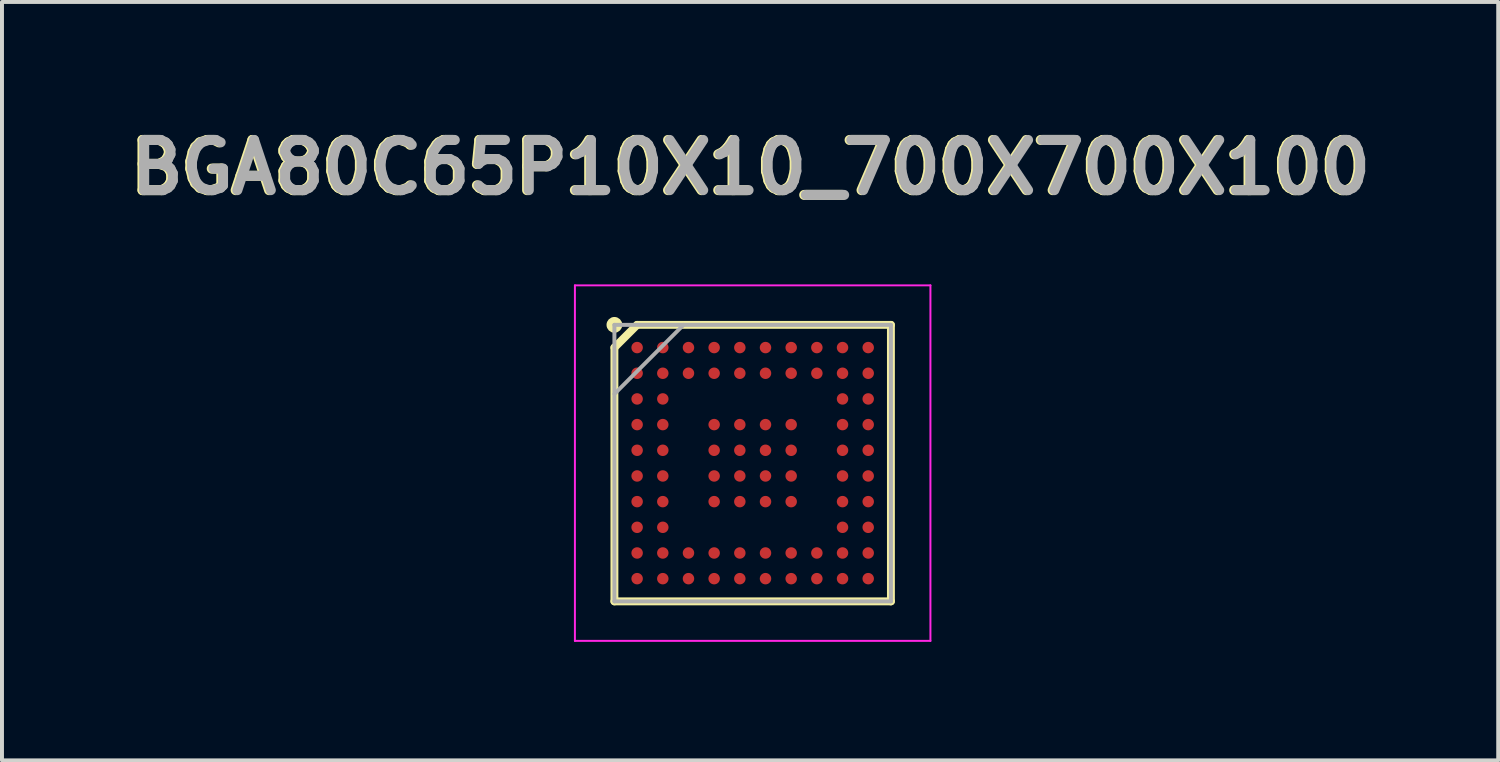
<source format=kicad_pcb>
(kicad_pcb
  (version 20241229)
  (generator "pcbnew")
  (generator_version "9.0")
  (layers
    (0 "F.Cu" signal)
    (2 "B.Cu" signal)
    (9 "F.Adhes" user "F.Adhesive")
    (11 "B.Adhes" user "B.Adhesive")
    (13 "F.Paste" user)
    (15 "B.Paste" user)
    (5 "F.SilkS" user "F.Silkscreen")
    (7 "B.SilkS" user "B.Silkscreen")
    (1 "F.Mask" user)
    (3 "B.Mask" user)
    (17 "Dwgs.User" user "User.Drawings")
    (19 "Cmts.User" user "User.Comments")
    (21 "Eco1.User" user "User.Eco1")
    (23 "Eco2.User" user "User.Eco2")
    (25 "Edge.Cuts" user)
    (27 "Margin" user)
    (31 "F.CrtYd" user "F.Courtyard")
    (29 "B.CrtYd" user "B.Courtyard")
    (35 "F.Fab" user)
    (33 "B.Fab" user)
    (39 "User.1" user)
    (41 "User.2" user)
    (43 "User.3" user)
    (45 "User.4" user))
  (footprint "BGA80C65P10X10_700X700X100"
    (layer "F.Cu")
    (at 16.004 8.674)
    (property "Reference" "BGA80C65P10X10_700X700X100" (at -0.086 -7.485 0) (layer "F.SilkS") (effects (font (size 1.27 1.27) (thickness 0.254))))
    (attr smd)
    (fp_line (start -3.5 -2.925) (end -2.925 -3.5) (stroke (width 0.2) (type solid)) (layer "F.SilkS"))
    (fp_line (start -3.5 3.5) (end -3.5 -2.925) (stroke (width 0.2) (type solid)) (layer "F.SilkS"))
    (fp_line (start -2.925 -3.5) (end 3.5 -3.5) (stroke (width 0.2) (type solid)) (layer "F.SilkS"))
    (fp_line (start 3.5 -3.5) (end 3.5 3.5) (stroke (width 0.2) (type solid)) (layer "F.SilkS"))
    (fp_line (start 3.5 3.5) (end -3.5 3.5) (stroke (width 0.2) (type solid)) (layer "F.SilkS"))
    (fp_circle (center -3.5 -3.5) (end -3.5 -3.4) (stroke (width 0.2) (type solid)) (fill no) (layer "F.SilkS"))
    (fp_line (start -4.5 -4.5) (end 4.5 -4.5) (stroke (width 0.05) (type solid)) (layer "F.CrtYd"))
    (fp_line (start -4.5 4.5) (end -4.5 -4.5) (stroke (width 0.05) (type solid)) (layer "F.CrtYd"))
    (fp_line (start 4.5 -4.5) (end 4.5 4.5) (stroke (width 0.05) (type solid)) (layer "F.CrtYd"))
    (fp_line (start 4.5 4.5) (end -4.5 4.5) (stroke (width 0.05) (type solid)) (layer "F.CrtYd"))
    (fp_line (start -3.5 -3.5) (end 3.5 -3.5) (stroke (width 0.1) (type solid)) (layer "F.Fab"))
    (fp_line (start -3.5 -1.75) (end -1.75 -3.5) (stroke (width 0.1) (type solid)) (layer "F.Fab"))
    (fp_line (start -3.5 3.5) (end -3.5 -3.5) (stroke (width 0.1) (type solid)) (layer "F.Fab"))
    (fp_line (start 3.5 -3.5) (end 3.5 3.5) (stroke (width 0.1) (type solid)) (layer "F.Fab"))
    (fp_line (start 3.5 3.5) (end -3.5 3.5) (stroke (width 0.1) (type solid)) (layer "F.Fab"))
    (fp_text user "${REFERENCE}" (at -0.043 -7.485 0) (layer "F.Fab") (effects (font (size 1.27 1.27) (thickness 0.254))))
    (pad "A1" smd circle (at -2.925 -2.925 90) (size 0.29 0.29) (layers "F.Cu" "F.Mask" "F.Paste"))
    (pad "A2" smd circle (at -2.275 -2.925 90) (size 0.29 0.29) (layers "F.Cu" "F.Mask" "F.Paste"))
    (pad "A3" smd circle (at -1.625 -2.925 90) (size 0.29 0.29) (layers "F.Cu" "F.Mask" "F.Paste"))
    (pad "A4" smd circle (at -0.975 -2.925 90) (size 0.29 0.29) (layers "F.Cu" "F.Mask" "F.Paste"))
    (pad "A5" smd circle (at -0.325 -2.925 90) (size 0.29 0.29) (layers "F.Cu" "F.Mask" "F.Paste"))
    (pad "A6" smd circle (at 0.325 -2.925 90) (size 0.29 0.29) (layers "F.Cu" "F.Mask" "F.Paste"))
    (pad "A7" smd circle (at 0.975 -2.925 90) (size 0.29 0.29) (layers "F.Cu" "F.Mask" "F.Paste"))
    (pad "A8" smd circle (at 1.625 -2.925 90) (size 0.29 0.29) (layers "F.Cu" "F.Mask" "F.Paste"))
    (pad "A9" smd circle (at 2.275 -2.925 90) (size 0.29 0.29) (layers "F.Cu" "F.Mask" "F.Paste"))
    (pad "A10" smd circle (at 2.925 -2.925 90) (size 0.29 0.29) (layers "F.Cu" "F.Mask" "F.Paste"))
    (pad "B1" smd circle (at -2.925 -2.275 90) (size 0.29 0.29) (layers "F.Cu" "F.Mask" "F.Paste"))
    (pad "B2" smd circle (at -2.275 -2.275 90) (size 0.29 0.29) (layers "F.Cu" "F.Mask" "F.Paste"))
    (pad "B3" smd circle (at -1.625 -2.275 90) (size 0.29 0.29) (layers "F.Cu" "F.Mask" "F.Paste"))
    (pad "B4" smd circle (at -0.975 -2.275 90) (size 0.29 0.29) (layers "F.Cu" "F.Mask" "F.Paste"))
    (pad "B5" smd circle (at -0.325 -2.275 90) (size 0.29 0.29) (layers "F.Cu" "F.Mask" "F.Paste"))
    (pad "B6" smd circle (at 0.325 -2.275 90) (size 0.29 0.29) (layers "F.Cu" "F.Mask" "F.Paste"))
    (pad "B7" smd circle (at 0.975 -2.275 90) (size 0.29 0.29) (layers "F.Cu" "F.Mask" "F.Paste"))
    (pad "B8" smd circle (at 1.625 -2.275 90) (size 0.29 0.29) (layers "F.Cu" "F.Mask" "F.Paste"))
    (pad "B9" smd circle (at 2.275 -2.275 90) (size 0.29 0.29) (layers "F.Cu" "F.Mask" "F.Paste"))
    (pad "B10" smd circle (at 2.925 -2.275 90) (size 0.29 0.29) (layers "F.Cu" "F.Mask" "F.Paste"))
    (pad "C1" smd circle (at -2.925 -1.625 90) (size 0.29 0.29) (layers "F.Cu" "F.Mask" "F.Paste"))
    (pad "C2" smd circle (at -2.275 -1.625 90) (size 0.29 0.29) (layers "F.Cu" "F.Mask" "F.Paste"))
    (pad "C9" smd circle (at 2.275 -1.625 90) (size 0.29 0.29) (layers "F.Cu" "F.Mask" "F.Paste"))
    (pad "C10" smd circle (at 2.925 -1.625 90) (size 0.29 0.29) (layers "F.Cu" "F.Mask" "F.Paste"))
    (pad "D1" smd circle (at -2.925 -0.975 90) (size 0.29 0.29) (layers "F.Cu" "F.Mask" "F.Paste"))
    (pad "D2" smd circle (at -2.275 -0.975 90) (size 0.29 0.29) (layers "F.Cu" "F.Mask" "F.Paste"))
    (pad "D4" smd circle (at -0.975 -0.975 90) (size 0.29 0.29) (layers "F.Cu" "F.Mask" "F.Paste"))
    (pad "D5" smd circle (at -0.325 -0.975 90) (size 0.29 0.29) (layers "F.Cu" "F.Mask" "F.Paste"))
    (pad "D6" smd circle (at 0.325 -0.975 90) (size 0.29 0.29) (layers "F.Cu" "F.Mask" "F.Paste"))
    (pad "D7" smd circle (at 0.975 -0.975 90) (size 0.29 0.29) (layers "F.Cu" "F.Mask" "F.Paste"))
    (pad "D9" smd circle (at 2.275 -0.975 90) (size 0.29 0.29) (layers "F.Cu" "F.Mask" "F.Paste"))
    (pad "D10" smd circle (at 2.925 -0.975 90) (size 0.29 0.29) (layers "F.Cu" "F.Mask" "F.Paste"))
    (pad "E1" smd circle (at -2.925 -0.325 90) (size 0.29 0.29) (layers "F.Cu" "F.Mask" "F.Paste"))
    (pad "E2" smd circle (at -2.275 -0.325 90) (size 0.29 0.29) (layers "F.Cu" "F.Mask" "F.Paste"))
    (pad "E4" smd circle (at -0.975 -0.325 90) (size 0.29 0.29) (layers "F.Cu" "F.Mask" "F.Paste"))
    (pad "E5" smd circle (at -0.325 -0.325 90) (size 0.29 0.29) (layers "F.Cu" "F.Mask" "F.Paste"))
    (pad "E6" smd circle (at 0.325 -0.325 90) (size 0.29 0.29) (layers "F.Cu" "F.Mask" "F.Paste"))
    (pad "E7" smd circle (at 0.975 -0.325 90) (size 0.29 0.29) (layers "F.Cu" "F.Mask" "F.Paste"))
    (pad "E9" smd circle (at 2.275 -0.325 90) (size 0.29 0.29) (layers "F.Cu" "F.Mask" "F.Paste"))
    (pad "E10" smd circle (at 2.925 -0.325 90) (size 0.29 0.29) (layers "F.Cu" "F.Mask" "F.Paste"))
    (pad "F1" smd circle (at -2.925 0.325 90) (size 0.29 0.29) (layers "F.Cu" "F.Mask" "F.Paste"))
    (pad "F2" smd circle (at -2.275 0.325 90) (size 0.29 0.29) (layers "F.Cu" "F.Mask" "F.Paste"))
    (pad "F4" smd circle (at -0.975 0.325 90) (size 0.29 0.29) (layers "F.Cu" "F.Mask" "F.Paste"))
    (pad "F5" smd circle (at -0.325 0.325 90) (size 0.29 0.29) (layers "F.Cu" "F.Mask" "F.Paste"))
    (pad "F6" smd circle (at 0.325 0.325 90) (size 0.29 0.29) (layers "F.Cu" "F.Mask" "F.Paste"))
    (pad "F7" smd circle (at 0.975 0.325 90) (size 0.29 0.29) (layers "F.Cu" "F.Mask" "F.Paste"))
    (pad "F9" smd circle (at 2.275 0.325 90) (size 0.29 0.29) (layers "F.Cu" "F.Mask" "F.Paste"))
    (pad "F10" smd circle (at 2.925 0.325 90) (size 0.29 0.29) (layers "F.Cu" "F.Mask" "F.Paste"))
    (pad "G1" smd circle (at -2.925 0.975 90) (size 0.29 0.29) (layers "F.Cu" "F.Mask" "F.Paste"))
    (pad "G2" smd circle (at -2.275 0.975 90) (size 0.29 0.29) (layers "F.Cu" "F.Mask" "F.Paste"))
    (pad "G4" smd circle (at -0.975 0.975 90) (size 0.29 0.29) (layers "F.Cu" "F.Mask" "F.Paste"))
    (pad "G5" smd circle (at -0.325 0.975 90) (size 0.29 0.29) (layers "F.Cu" "F.Mask" "F.Paste"))
    (pad "G6" smd circle (at 0.325 0.975 90) (size 0.29 0.29) (layers "F.Cu" "F.Mask" "F.Paste"))
    (pad "G7" smd circle (at 0.975 0.975 90) (size 0.29 0.29) (layers "F.Cu" "F.Mask" "F.Paste"))
    (pad "G9" smd circle (at 2.275 0.975 90) (size 0.29 0.29) (layers "F.Cu" "F.Mask" "F.Paste"))
    (pad "G10" smd circle (at 2.925 0.975 90) (size 0.29 0.29) (layers "F.Cu" "F.Mask" "F.Paste"))
    (pad "H1" smd circle (at -2.925 1.625 90) (size 0.29 0.29) (layers "F.Cu" "F.Mask" "F.Paste"))
    (pad "H2" smd circle (at -2.275 1.625 90) (size 0.29 0.29) (layers "F.Cu" "F.Mask" "F.Paste"))
    (pad "H9" smd circle (at 2.275 1.625 90) (size 0.29 0.29) (layers "F.Cu" "F.Mask" "F.Paste"))
    (pad "H10" smd circle (at 2.925 1.625 90) (size 0.29 0.29) (layers "F.Cu" "F.Mask" "F.Paste"))
    (pad "J1" smd circle (at -2.925 2.275 90) (size 0.29 0.29) (layers "F.Cu" "F.Mask" "F.Paste"))
    (pad "J2" smd circle (at -2.275 2.275 90) (size 0.29 0.29) (layers "F.Cu" "F.Mask" "F.Paste"))
    (pad "J3" smd circle (at -1.625 2.275 90) (size 0.29 0.29) (layers "F.Cu" "F.Mask" "F.Paste"))
    (pad "J4" smd circle (at -0.975 2.275 90) (size 0.29 0.29) (layers "F.Cu" "F.Mask" "F.Paste"))
    (pad "J5" smd circle (at -0.325 2.275 90) (size 0.29 0.29) (layers "F.Cu" "F.Mask" "F.Paste"))
    (pad "J6" smd circle (at 0.325 2.275 90) (size 0.29 0.29) (layers "F.Cu" "F.Mask" "F.Paste"))
    (pad "J7" smd circle (at 0.975 2.275 90) (size 0.29 0.29) (layers "F.Cu" "F.Mask" "F.Paste"))
    (pad "J8" smd circle (at 1.625 2.275 90) (size 0.29 0.29) (layers "F.Cu" "F.Mask" "F.Paste"))
    (pad "J9" smd circle (at 2.275 2.275 90) (size 0.29 0.29) (layers "F.Cu" "F.Mask" "F.Paste"))
    (pad "J10" smd circle (at 2.925 2.275 90) (size 0.29 0.29) (layers "F.Cu" "F.Mask" "F.Paste"))
    (pad "K1" smd circle (at -2.925 2.925 90) (size 0.29 0.29) (layers "F.Cu" "F.Mask" "F.Paste"))
    (pad "K2" smd circle (at -2.275 2.925 90) (size 0.29 0.29) (layers "F.Cu" "F.Mask" "F.Paste"))
    (pad "K3" smd circle (at -1.625 2.925 90) (size 0.29 0.29) (layers "F.Cu" "F.Mask" "F.Paste"))
    (pad "K4" smd circle (at -0.975 2.925 90) (size 0.29 0.29) (layers "F.Cu" "F.Mask" "F.Paste"))
    (pad "K5" smd circle (at -0.325 2.925 90) (size 0.29 0.29) (layers "F.Cu" "F.Mask" "F.Paste"))
    (pad "K6" smd circle (at 0.325 2.925 90) (size 0.29 0.29) (layers "F.Cu" "F.Mask" "F.Paste"))
    (pad "K7" smd circle (at 0.975 2.925 90) (size 0.29 0.29) (layers "F.Cu" "F.Mask" "F.Paste"))
    (pad "K8" smd circle (at 1.625 2.925 90) (size 0.29 0.29) (layers "F.Cu" "F.Mask" "F.Paste"))
    (pad "K9" smd circle (at 2.275 2.925 90) (size 0.29 0.29) (layers "F.Cu" "F.Mask" "F.Paste"))
    (pad "K10" smd circle (at 2.925 2.925 90) (size 0.29 0.29) (layers "F.Cu" "F.Mask" "F.Paste")))
  (gr_rect
    (start -3 -3)
    (end 34.878 16.199)
    (stroke (width 0.1) (type default))
    (fill no)
    (layer "Edge.Cuts")))
</source>
